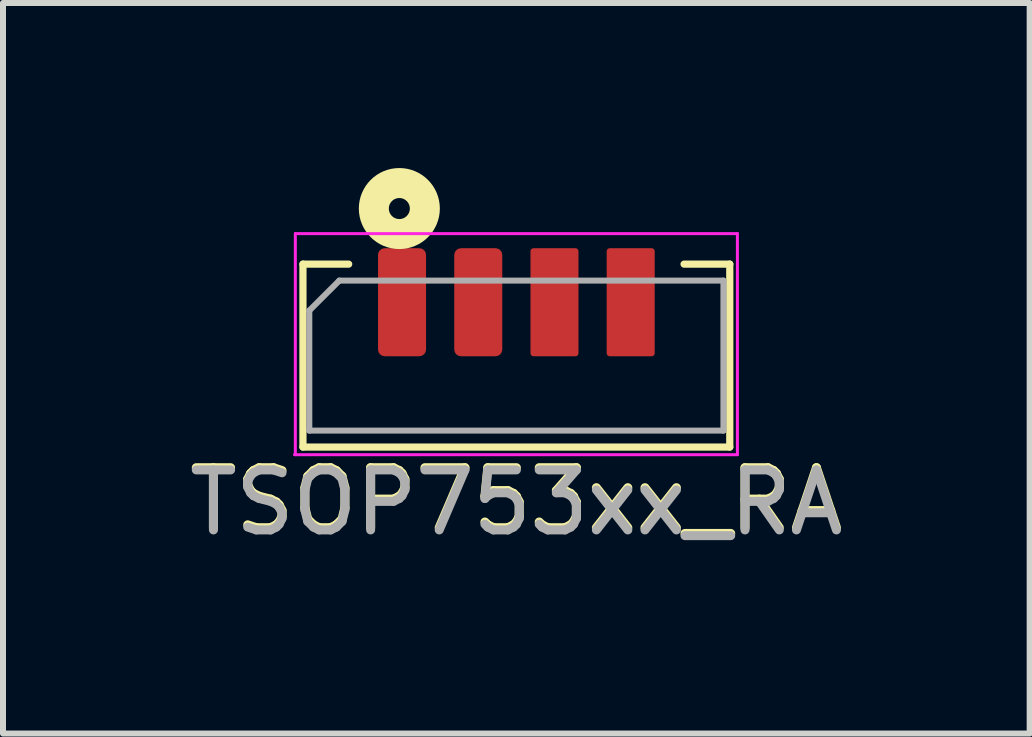
<source format=kicad_pcb>
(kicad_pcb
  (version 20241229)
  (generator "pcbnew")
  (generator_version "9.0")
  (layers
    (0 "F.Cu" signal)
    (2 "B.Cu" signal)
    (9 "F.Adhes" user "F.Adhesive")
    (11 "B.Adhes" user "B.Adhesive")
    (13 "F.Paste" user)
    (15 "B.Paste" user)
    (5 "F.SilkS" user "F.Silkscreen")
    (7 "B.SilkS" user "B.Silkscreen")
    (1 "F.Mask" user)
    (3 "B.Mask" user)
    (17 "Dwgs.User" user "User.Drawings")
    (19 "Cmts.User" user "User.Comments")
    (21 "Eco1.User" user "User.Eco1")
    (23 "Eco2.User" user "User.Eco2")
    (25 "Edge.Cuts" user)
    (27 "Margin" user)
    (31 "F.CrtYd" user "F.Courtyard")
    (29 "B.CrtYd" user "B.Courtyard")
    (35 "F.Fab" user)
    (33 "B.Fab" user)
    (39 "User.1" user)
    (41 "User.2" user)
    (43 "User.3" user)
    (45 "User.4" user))
  (footprint "TSOP753xx_RA"
    (layer "F.Cu")
    (at 5.554 2.875)
    (property "Reference" "TSOP753xx_RA" (at 0 2.413 180) (layer "F.SilkS") (effects (font (size 1 1) (thickness 0.15))))
    (attr through_hole)
    (fp_line (start -3.556 -1.524) (end -2.794 -1.524) (stroke (width 0.12) (type solid)) (layer "F.SilkS"))
    (fp_line (start -3.556 1.524) (end -3.556 -1.524) (stroke (width 0.12) (type solid)) (layer "F.SilkS"))
    (fp_line (start 2.794 -1.524) (end 3.556 -1.524) (stroke (width 0.12) (type solid)) (layer "F.SilkS"))
    (fp_line (start 3.556 -1.524) (end 3.556 1.524) (stroke (width 0.12) (type solid)) (layer "F.SilkS"))
    (fp_line (start 3.556 1.524) (end -3.556 1.524) (stroke (width 0.12) (type solid)) (layer "F.SilkS"))
    (fp_circle (center -1.95 -2.45) (end -1.775 -2.45) (stroke (width 0.5) (type solid)) (fill no) (layer "F.SilkS"))
    (fp_line (start -3.683 -2.032) (end -3.683 1.651) (stroke (width 0.05) (type solid)) (layer "F.CrtYd"))
    (fp_line (start -3.683 -2.032) (end 3.683 -2.032) (stroke (width 0.05) (type solid)) (layer "F.CrtYd"))
    (fp_line (start 3.683 1.651) (end -3.697 1.651) (stroke (width 0.05) (type solid)) (layer "F.CrtYd"))
    (fp_line (start 3.683 1.651) (end 3.683 -2.032) (stroke (width 0.05) (type solid)) (layer "F.CrtYd"))
    (fp_line (start -3.45 1.25) (end -3.45 -0.75) (stroke (width 0.1) (type solid)) (layer "F.Fab"))
    (fp_line (start -2.95 -1.25) (end -3.45 -0.75) (stroke (width 0.1) (type solid)) (layer "F.Fab"))
    (fp_line (start -2.95 -1.25) (end 3.45 -1.25) (stroke (width 0.1) (type solid)) (layer "F.Fab"))
    (fp_line (start 3.45 -1.25) (end 3.45 1.25) (stroke (width 0.1) (type solid)) (layer "F.Fab"))
    (fp_line (start 3.45 1.25) (end -3.45 1.25) (stroke (width 0.1) (type solid)) (layer "F.Fab"))
    (fp_text user "${REFERENCE}" (at 0 2.45 0) (layer "F.Fab") (effects (font (size 1 1) (thickness 0.15))))
    (pad "1" smd roundrect (at -1.905 -0.889) (size 0.8 1.8) (layers "F.Cu" "F.Mask" "F.Paste") (roundrect_rratio 0.139))
    (pad "2" smd roundrect (at -0.635 -0.889) (size 0.8 1.8) (layers "F.Cu" "F.Mask" "F.Paste") (roundrect_rratio 0.14))
    (pad "3" smd roundrect (at 0.635 -0.889) (size 0.8 1.8) (layers "F.Cu" "F.Mask" "F.Paste") (roundrect_rratio 0.062))
    (pad "4" smd roundrect (at 1.905 -0.889) (size 0.8 1.8) (layers "F.Cu" "F.Mask" "F.Paste") (roundrect_rratio 0.062)))
  (gr_rect
    (start -3 -3)
    (end 14.107 9.173)
    (stroke (width 0.1) (type default))
    (fill no)
    (layer "Edge.Cuts")))
</source>
